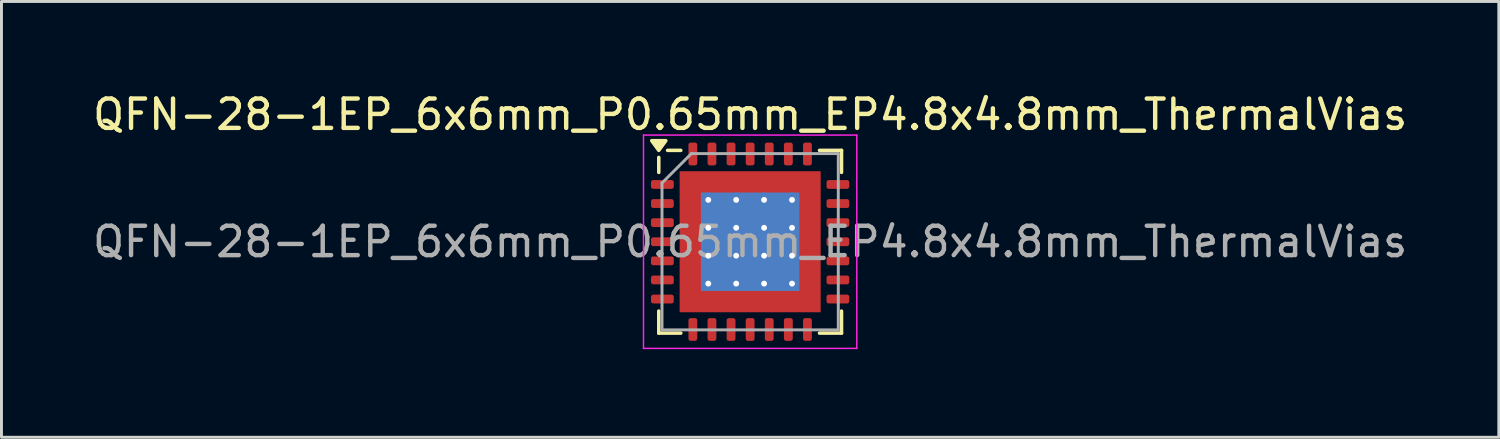
<source format=kicad_pcb>
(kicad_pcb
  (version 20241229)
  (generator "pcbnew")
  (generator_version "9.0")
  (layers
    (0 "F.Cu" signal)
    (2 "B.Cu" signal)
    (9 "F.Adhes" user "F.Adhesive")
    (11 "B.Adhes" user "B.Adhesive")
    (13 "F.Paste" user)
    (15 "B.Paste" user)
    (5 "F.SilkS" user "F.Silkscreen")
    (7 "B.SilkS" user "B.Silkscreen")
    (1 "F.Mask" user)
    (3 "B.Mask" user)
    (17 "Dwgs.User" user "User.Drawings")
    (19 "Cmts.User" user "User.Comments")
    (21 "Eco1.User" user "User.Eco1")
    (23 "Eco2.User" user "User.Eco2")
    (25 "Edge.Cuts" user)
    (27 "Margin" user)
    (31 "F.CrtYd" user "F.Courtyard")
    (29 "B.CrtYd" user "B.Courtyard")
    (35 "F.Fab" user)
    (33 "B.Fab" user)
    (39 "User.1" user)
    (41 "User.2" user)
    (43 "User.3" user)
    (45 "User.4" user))
  (footprint "QFN-28-1EP_6x6mm_P0.65mm_EP4.8x4.8mm_ThermalVias"
    (layer "F.Cu")
    (at 22.482 5.178)
    (property "Reference" "QFN-28-1EP_6x6mm_P0.65mm_EP4.8x4.8mm_ThermalVias" (at 0 -4.33 0) (layer "F.SilkS") (effects (font (size 1 1) (thickness 0.15))))
    (attr smd)
    (fp_line (start -3.11 -2.36) (end -3.11 -2.87) (stroke (width 0.12) (type solid)) (layer "F.SilkS"))
    (fp_line (start -3.11 3.11) (end -3.11 2.36) (stroke (width 0.12) (type solid)) (layer "F.SilkS"))
    (fp_line (start -2.36 -3.11) (end -2.81 -3.11) (stroke (width 0.12) (type solid)) (layer "F.SilkS"))
    (fp_line (start -2.36 3.11) (end -3.11 3.11) (stroke (width 0.12) (type solid)) (layer "F.SilkS"))
    (fp_line (start 2.36 -3.11) (end 3.11 -3.11) (stroke (width 0.12) (type solid)) (layer "F.SilkS"))
    (fp_line (start 2.36 3.11) (end 3.11 3.11) (stroke (width 0.12) (type solid)) (layer "F.SilkS"))
    (fp_line (start 3.11 -3.11) (end 3.11 -2.36) (stroke (width 0.12) (type solid)) (layer "F.SilkS"))
    (fp_line (start 3.11 3.11) (end 3.11 2.36) (stroke (width 0.12) (type solid)) (layer "F.SilkS"))
    (fp_poly (pts (xy -3.11 -3.11) (xy -3.35 -3.44) (xy -2.87 -3.44) (xy -3.11 -3.11)) (stroke (width 0.12) (type solid)) (fill yes) (layer "F.SilkS"))
    (fp_line (start -3.63 -3.63) (end -3.63 3.63) (stroke (width 0.05) (type solid)) (layer "F.CrtYd"))
    (fp_line (start -3.63 3.63) (end 3.63 3.63) (stroke (width 0.05) (type solid)) (layer "F.CrtYd"))
    (fp_line (start 3.63 -3.63) (end -3.63 -3.63) (stroke (width 0.05) (type solid)) (layer "F.CrtYd"))
    (fp_line (start 3.63 3.63) (end 3.63 -3.63) (stroke (width 0.05) (type solid)) (layer "F.CrtYd"))
    (fp_line (start -3 -2) (end -2 -3) (stroke (width 0.1) (type solid)) (layer "F.Fab"))
    (fp_line (start -3 3) (end -3 -2) (stroke (width 0.1) (type solid)) (layer "F.Fab"))
    (fp_line (start -2 -3) (end 3 -3) (stroke (width 0.1) (type solid)) (layer "F.Fab"))
    (fp_line (start 3 -3) (end 3 3) (stroke (width 0.1) (type solid)) (layer "F.Fab"))
    (fp_line (start 3 3) (end -3 3) (stroke (width 0.1) (type solid)) (layer "F.Fab"))
    (fp_text user "${REFERENCE}" (at 0 0 0) (layer "F.Fab") (effects (font (size 1 1) (thickness 0.15))))
    (pad "" smd roundrect (at -1.913 -1.913) (size 0.786 0.786) (layers "F.Paste") (roundrect_rratio 0.25))
    (pad "" smd roundrect (at -1.913 -0.95) (size 0.786 0.766) (layers "F.Paste") (roundrect_rratio 0.25))
    (pad "" smd roundrect (at -1.913 0) (size 0.786 0.766) (layers "F.Paste") (roundrect_rratio 0.25))
    (pad "" smd roundrect (at -1.913 0.95) (size 0.786 0.766) (layers "F.Paste") (roundrect_rratio 0.25))
    (pad "" smd roundrect (at -1.913 1.913) (size 0.786 0.786) (layers "F.Paste") (roundrect_rratio 0.25))
    (pad "" smd roundrect (at -0.95 -1.913) (size 0.766 0.786) (layers "F.Paste") (roundrect_rratio 0.25))
    (pad "" smd roundrect (at -0.95 -0.95) (size 0.766 0.766) (layers "F.Paste") (roundrect_rratio 0.25))
    (pad "" smd roundrect (at -0.95 0) (size 0.766 0.766) (layers "F.Paste") (roundrect_rratio 0.25))
    (pad "" smd roundrect (at -0.95 0.95) (size 0.766 0.766) (layers "F.Paste") (roundrect_rratio 0.25))
    (pad "" smd roundrect (at -0.95 1.913) (size 0.766 0.786) (layers "F.Paste") (roundrect_rratio 0.25))
    (pad "" smd roundrect (at 0 -1.913) (size 0.766 0.786) (layers "F.Paste") (roundrect_rratio 0.25))
    (pad "" smd roundrect (at 0 -0.95) (size 0.766 0.766) (layers "F.Paste") (roundrect_rratio 0.25))
    (pad "" smd roundrect (at 0 0) (size 0.766 0.766) (layers "F.Paste") (roundrect_rratio 0.25))
    (pad "" smd roundrect (at 0 0.95) (size 0.766 0.766) (layers "F.Paste") (roundrect_rratio 0.25))
    (pad "" smd roundrect (at 0 1.913) (size 0.766 0.786) (layers "F.Paste") (roundrect_rratio 0.25))
    (pad "" smd roundrect (at 0.95 -1.913) (size 0.766 0.786) (layers "F.Paste") (roundrect_rratio 0.25))
    (pad "" smd roundrect (at 0.95 -0.95) (size 0.766 0.766) (layers "F.Paste") (roundrect_rratio 0.25))
    (pad "" smd roundrect (at 0.95 0) (size 0.766 0.766) (layers "F.Paste") (roundrect_rratio 0.25))
    (pad "" smd roundrect (at 0.95 0.95) (size 0.766 0.766) (layers "F.Paste") (roundrect_rratio 0.25))
    (pad "" smd roundrect (at 0.95 1.913) (size 0.766 0.786) (layers "F.Paste") (roundrect_rratio 0.25))
    (pad "" smd roundrect (at 1.913 -1.913) (size 0.786 0.786) (layers "F.Paste") (roundrect_rratio 0.25))
    (pad "" smd roundrect (at 1.913 -0.95) (size 0.786 0.766) (layers "F.Paste") (roundrect_rratio 0.25))
    (pad "" smd roundrect (at 1.913 0) (size 0.786 0.766) (layers "F.Paste") (roundrect_rratio 0.25))
    (pad "" smd roundrect (at 1.913 0.95) (size 0.786 0.766) (layers "F.Paste") (roundrect_rratio 0.25))
    (pad "" smd roundrect (at 1.913 1.913) (size 0.786 0.786) (layers "F.Paste") (roundrect_rratio 0.25))
    (pad "1" smd roundrect (at -2.987 -1.95) (size 0.775 0.3) (layers "F.Cu" "F.Mask" "F.Paste") (roundrect_rratio 0.25))
    (pad "2" smd roundrect (at -2.987 -1.3) (size 0.775 0.3) (layers "F.Cu" "F.Mask" "F.Paste") (roundrect_rratio 0.25))
    (pad "3" smd roundrect (at -2.987 -0.65) (size 0.775 0.3) (layers "F.Cu" "F.Mask" "F.Paste") (roundrect_rratio 0.25))
    (pad "4" smd roundrect (at -2.987 0) (size 0.775 0.3) (layers "F.Cu" "F.Mask" "F.Paste") (roundrect_rratio 0.25))
    (pad "5" smd roundrect (at -2.987 0.65) (size 0.775 0.3) (layers "F.Cu" "F.Mask" "F.Paste") (roundrect_rratio 0.25))
    (pad "6" smd roundrect (at -2.987 1.3) (size 0.775 0.3) (layers "F.Cu" "F.Mask" "F.Paste") (roundrect_rratio 0.25))
    (pad "7" smd roundrect (at -2.987 1.95) (size 0.775 0.3) (layers "F.Cu" "F.Mask" "F.Paste") (roundrect_rratio 0.25))
    (pad "8" smd roundrect (at -1.95 2.987) (size 0.3 0.775) (layers "F.Cu" "F.Mask" "F.Paste") (roundrect_rratio 0.25))
    (pad "9" smd roundrect (at -1.3 2.987) (size 0.3 0.775) (layers "F.Cu" "F.Mask" "F.Paste") (roundrect_rratio 0.25))
    (pad "10" smd roundrect (at -0.65 2.987) (size 0.3 0.775) (layers "F.Cu" "F.Mask" "F.Paste") (roundrect_rratio 0.25))
    (pad "11" smd roundrect (at 0 2.987) (size 0.3 0.775) (layers "F.Cu" "F.Mask" "F.Paste") (roundrect_rratio 0.25))
    (pad "12" smd roundrect (at 0.65 2.987) (size 0.3 0.775) (layers "F.Cu" "F.Mask" "F.Paste") (roundrect_rratio 0.25))
    (pad "13" smd roundrect (at 1.3 2.987) (size 0.3 0.775) (layers "F.Cu" "F.Mask" "F.Paste") (roundrect_rratio 0.25))
    (pad "14" smd roundrect (at 1.95 2.987) (size 0.3 0.775) (layers "F.Cu" "F.Mask" "F.Paste") (roundrect_rratio 0.25))
    (pad "15" smd roundrect (at 2.987 1.95) (size 0.775 0.3) (layers "F.Cu" "F.Mask" "F.Paste") (roundrect_rratio 0.25))
    (pad "16" smd roundrect (at 2.987 1.3) (size 0.775 0.3) (layers "F.Cu" "F.Mask" "F.Paste") (roundrect_rratio 0.25))
    (pad "17" smd roundrect (at 2.987 0.65) (size 0.775 0.3) (layers "F.Cu" "F.Mask" "F.Paste") (roundrect_rratio 0.25))
    (pad "18" smd roundrect (at 2.987 0) (size 0.775 0.3) (layers "F.Cu" "F.Mask" "F.Paste") (roundrect_rratio 0.25))
    (pad "19" smd roundrect (at 2.987 -0.65) (size 0.775 0.3) (layers "F.Cu" "F.Mask" "F.Paste") (roundrect_rratio 0.25))
    (pad "20" smd roundrect (at 2.987 -1.3) (size 0.775 0.3) (layers "F.Cu" "F.Mask" "F.Paste") (roundrect_rratio 0.25))
    (pad "21" smd roundrect (at 2.987 -1.95) (size 0.775 0.3) (layers "F.Cu" "F.Mask" "F.Paste") (roundrect_rratio 0.25))
    (pad "22" smd roundrect (at 1.95 -2.987) (size 0.3 0.775) (layers "F.Cu" "F.Mask" "F.Paste") (roundrect_rratio 0.25))
    (pad "23" smd roundrect (at 1.3 -2.987) (size 0.3 0.775) (layers "F.Cu" "F.Mask" "F.Paste") (roundrect_rratio 0.25))
    (pad "24" smd roundrect (at 0.65 -2.987) (size 0.3 0.775) (layers "F.Cu" "F.Mask" "F.Paste") (roundrect_rratio 0.25))
    (pad "25" smd roundrect (at 0 -2.987) (size 0.3 0.775) (layers "F.Cu" "F.Mask" "F.Paste") (roundrect_rratio 0.25))
    (pad "26" smd roundrect (at -0.65 -2.987) (size 0.3 0.775) (layers "F.Cu" "F.Mask" "F.Paste") (roundrect_rratio 0.25))
    (pad "27" smd roundrect (at -1.3 -2.987) (size 0.3 0.775) (layers "F.Cu" "F.Mask" "F.Paste") (roundrect_rratio 0.25))
    (pad "28" smd roundrect (at -1.95 -2.987) (size 0.3 0.775) (layers "F.Cu" "F.Mask" "F.Paste") (roundrect_rratio 0.25))
    (pad "29" thru_hole circle (at -1.425 -1.425) (size 0.5 0.5) (drill 0.2) (property pad_prop_heatsink) (layers "*.Cu"))
    (pad "29" thru_hole circle (at -1.425 -0.475) (size 0.5 0.5) (drill 0.2) (property pad_prop_heatsink) (layers "*.Cu"))
    (pad "29" thru_hole circle (at -1.425 0.475) (size 0.5 0.5) (drill 0.2) (property pad_prop_heatsink) (layers "*.Cu"))
    (pad "29" thru_hole circle (at -1.425 1.425) (size 0.5 0.5) (drill 0.2) (property pad_prop_heatsink) (layers "*.Cu"))
    (pad "29" thru_hole circle (at -0.475 -1.425) (size 0.5 0.5) (drill 0.2) (property pad_prop_heatsink) (layers "*.Cu"))
    (pad "29" thru_hole circle (at -0.475 -0.475) (size 0.5 0.5) (drill 0.2) (property pad_prop_heatsink) (layers "*.Cu"))
    (pad "29" thru_hole circle (at -0.475 0.475) (size 0.5 0.5) (drill 0.2) (property pad_prop_heatsink) (layers "*.Cu"))
    (pad "29" thru_hole circle (at -0.475 1.425) (size 0.5 0.5) (drill 0.2) (property pad_prop_heatsink) (layers "*.Cu"))
    (pad "29" smd rect (at 0 0) (size 3.35 3.35) (property pad_prop_heatsink) (layers "B.Cu"))
    (pad "29" smd rect (at 0 0) (size 4.8 4.8) (property pad_prop_heatsink) (layers "F.Cu" "F.Mask"))
    (pad "29" thru_hole circle (at 0.475 -1.425) (size 0.5 0.5) (drill 0.2) (property pad_prop_heatsink) (layers "*.Cu"))
    (pad "29" thru_hole circle (at 0.475 -0.475) (size 0.5 0.5) (drill 0.2) (property pad_prop_heatsink) (layers "*.Cu"))
    (pad "29" thru_hole circle (at 0.475 0.475) (size 0.5 0.5) (drill 0.2) (property pad_prop_heatsink) (layers "*.Cu"))
    (pad "29" thru_hole circle (at 0.475 1.425) (size 0.5 0.5) (drill 0.2) (property pad_prop_heatsink) (layers "*.Cu"))
    (pad "29" thru_hole circle (at 1.425 -1.425) (size 0.5 0.5) (drill 0.2) (property pad_prop_heatsink) (layers "*.Cu"))
    (pad "29" thru_hole circle (at 1.425 -0.475) (size 0.5 0.5) (drill 0.2) (property pad_prop_heatsink) (layers "*.Cu"))
    (pad "29" thru_hole circle (at 1.425 0.475) (size 0.5 0.5) (drill 0.2) (property pad_prop_heatsink) (layers "*.Cu"))
    (pad "29" thru_hole circle (at 1.425 1.425) (size 0.5 0.5) (drill 0.2) (property pad_prop_heatsink) (layers "*.Cu")))
  (gr_rect
    (start -3 -3)
    (end 47.964 11.833)
    (stroke (width 0.1) (type default))
    (fill no)
    (layer "Edge.Cuts")))
</source>
